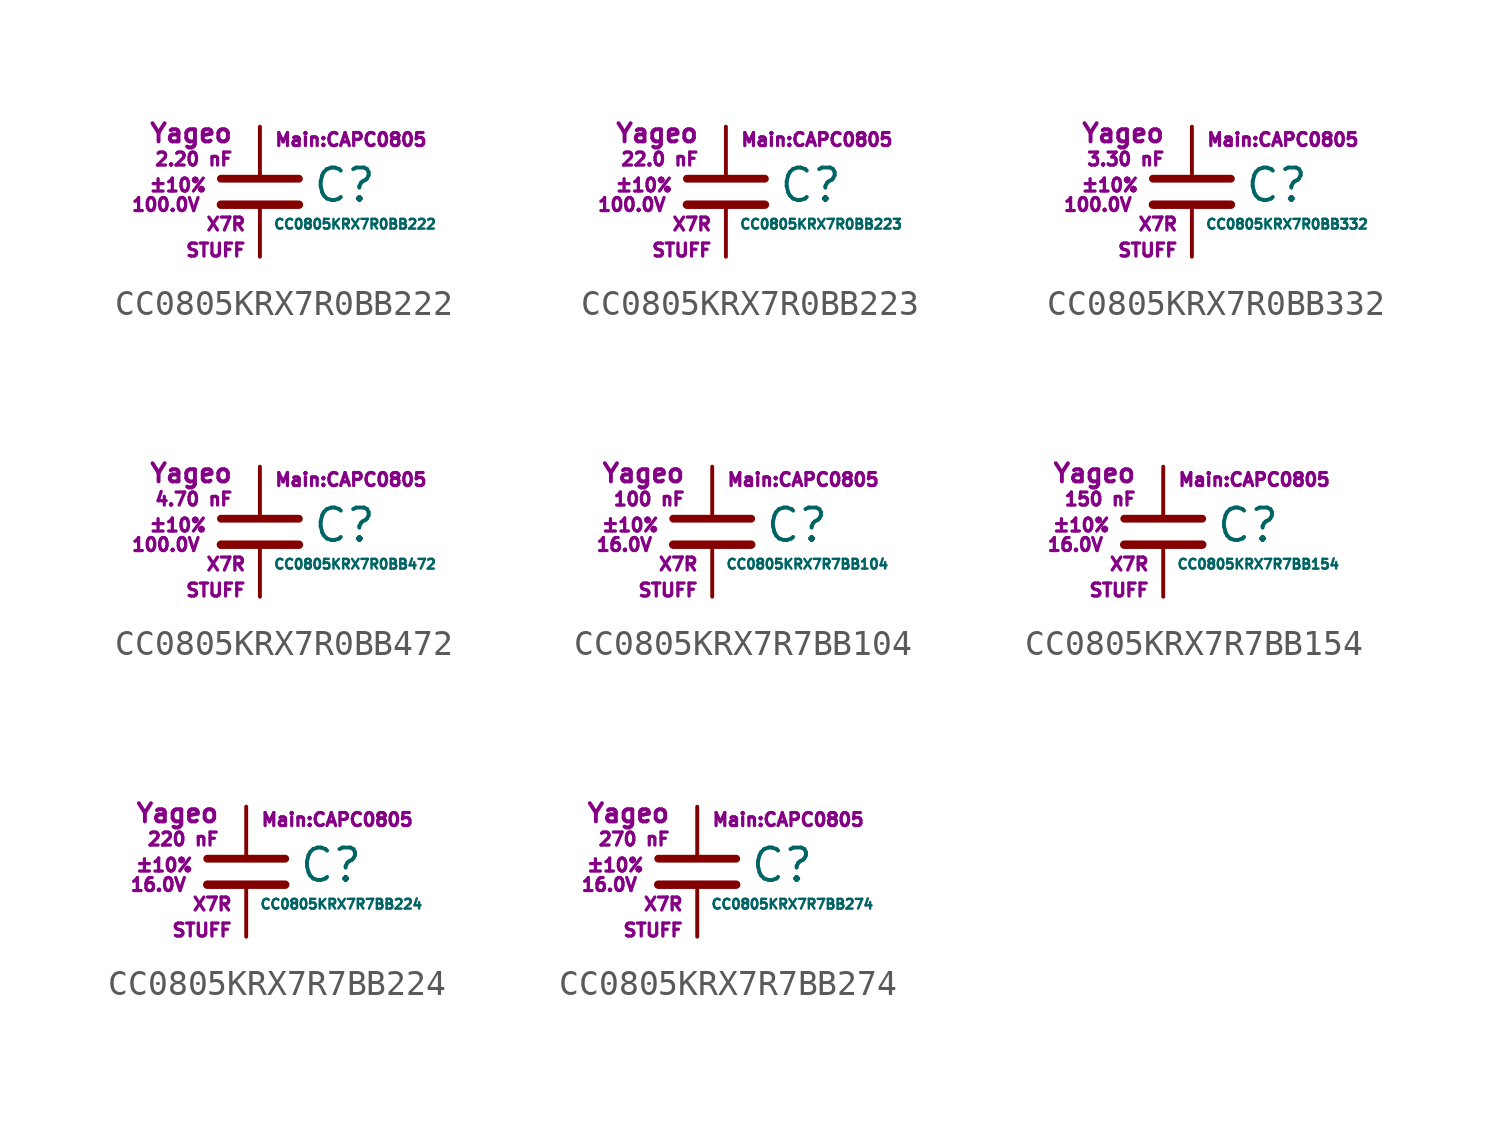
<source format=kicad_sym>
(kicad_symbol_lib
  (version 20211014)
  (generator kicad_symbol_editor)
  (symbol "CC0805KRX7R0BB222"
    (pin_numbers hide)
    (pin_names
      (offset 0.254) hide)
    (property "Reference" "C"
      (at 2.032 0.254 0)
      (effects (font (size 1.27 1.27)) (justify left)))
    (property "Value" "CC0805KRX7R0BB222"
      (at 0.508 -1.27 0)
      (effects (font (size 0.381 0.381)) (justify left)))
    (property "Footprint" "Main:CAPC0805"
      (at 3.556 2.032 0)
      (effects (font (size 0.508 0.508))))
    (property "Datasheet" ""
      (at 0.762 0.508 0)
      (effects (font (size 1.27 1.27))))
    (property "Manufacturer" "Yageo"
      (at -1.016 2.286 0)
      (effects (font (size 0.711 0.711)) (justify right)))
    (property "SKU" "STUFF"
      (at -0.508 -2.286 0)
      (effects (font (size 0.508 0.508)) (justify right)))
    (property "C" "2.20 nF"
      (at -1.016 1.27 0)
      (effects (font (size 0.508 0.508)) (justify right)))
    (property "Tol" "±10%"
      (at -2.032 0.254 0)
      (effects (font (size 0.508 0.508)) (justify right)))
    (property "Vmax" "100.0V"
      (at -2.286 -0.508 0)
      (effects (font (size 0.508 0.508)) (justify right)))
    (property "Type" "X7R"
      (at -0.508 -1.27 0)
      (effects (font (size 0.508 0.508)) (justify right)))
    (symbol "CC0805KRX7R0BB222_0_1"
      (polyline (pts (xy -1.524 -0.508) (xy 1.524 -0.508)) (stroke (width 0.33) (type default) (color 0 0 0 0)) (fill (type none)))
      (polyline (pts (xy -1.524 0.508) (xy 1.524 0.508)) (stroke (width 0.305) (type default) (color 0 0 0 0)) (fill (type none))))
    (symbol "CC0805KRX7R0BB222_1_1"
      (pin passive line (at 0 2.54 270) (length 1.905) (name "~" (effects (font (size 1.016 1.016)))) (number "1" (effects (font (size 1.016 1.016)))))
      (pin passive line (at 0 -2.54 90) (length 2.032) (name "~" (effects (font (size 1.016 1.016)))) (number "2" (effects (font (size 1.016 1.016)))))))
  (symbol "CC0805KRX7R0BB223"
    (pin_numbers hide)
    (pin_names
      (offset 0.254) hide)
    (property "Reference" "C"
      (at 2.032 0.254 0)
      (effects (font (size 1.27 1.27)) (justify left)))
    (property "Value" "CC0805KRX7R0BB223"
      (at 0.508 -1.27 0)
      (effects (font (size 0.381 0.381)) (justify left)))
    (property "Footprint" "Main:CAPC0805"
      (at 3.556 2.032 0)
      (effects (font (size 0.508 0.508))))
    (property "Datasheet" ""
      (at 0.762 0.508 0)
      (effects (font (size 1.27 1.27))))
    (property "Manufacturer" "Yageo"
      (at -1.016 2.286 0)
      (effects (font (size 0.711 0.711)) (justify right)))
    (property "SKU" "STUFF"
      (at -0.508 -2.286 0)
      (effects (font (size 0.508 0.508)) (justify right)))
    (property "C" "22.0 nF"
      (at -1.016 1.27 0)
      (effects (font (size 0.508 0.508)) (justify right)))
    (property "Tol" "±10%"
      (at -2.032 0.254 0)
      (effects (font (size 0.508 0.508)) (justify right)))
    (property "Vmax" "100.0V"
      (at -2.286 -0.508 0)
      (effects (font (size 0.508 0.508)) (justify right)))
    (property "Type" "X7R"
      (at -0.508 -1.27 0)
      (effects (font (size 0.508 0.508)) (justify right)))
    (symbol "CC0805KRX7R0BB223_0_1"
      (polyline (pts (xy -1.524 -0.508) (xy 1.524 -0.508)) (stroke (width 0.33) (type default) (color 0 0 0 0)) (fill (type none)))
      (polyline (pts (xy -1.524 0.508) (xy 1.524 0.508)) (stroke (width 0.305) (type default) (color 0 0 0 0)) (fill (type none))))
    (symbol "CC0805KRX7R0BB223_1_1"
      (pin passive line (at 0 2.54 270) (length 1.905) (name "~" (effects (font (size 1.016 1.016)))) (number "1" (effects (font (size 1.016 1.016)))))
      (pin passive line (at 0 -2.54 90) (length 2.032) (name "~" (effects (font (size 1.016 1.016)))) (number "2" (effects (font (size 1.016 1.016)))))))
  (symbol "CC0805KRX7R0BB332"
    (pin_numbers hide)
    (pin_names
      (offset 0.254) hide)
    (property "Reference" "C"
      (at 2.032 0.254 0)
      (effects (font (size 1.27 1.27)) (justify left)))
    (property "Value" "CC0805KRX7R0BB332"
      (at 0.508 -1.27 0)
      (effects (font (size 0.381 0.381)) (justify left)))
    (property "Footprint" "Main:CAPC0805"
      (at 3.556 2.032 0)
      (effects (font (size 0.508 0.508))))
    (property "Datasheet" ""
      (at 0.762 0.508 0)
      (effects (font (size 1.27 1.27))))
    (property "Manufacturer" "Yageo"
      (at -1.016 2.286 0)
      (effects (font (size 0.711 0.711)) (justify right)))
    (property "SKU" "STUFF"
      (at -0.508 -2.286 0)
      (effects (font (size 0.508 0.508)) (justify right)))
    (property "C" "3.30 nF"
      (at -1.016 1.27 0)
      (effects (font (size 0.508 0.508)) (justify right)))
    (property "Tol" "±10%"
      (at -2.032 0.254 0)
      (effects (font (size 0.508 0.508)) (justify right)))
    (property "Vmax" "100.0V"
      (at -2.286 -0.508 0)
      (effects (font (size 0.508 0.508)) (justify right)))
    (property "Type" "X7R"
      (at -0.508 -1.27 0)
      (effects (font (size 0.508 0.508)) (justify right)))
    (symbol "CC0805KRX7R0BB332_0_1"
      (polyline (pts (xy -1.524 -0.508) (xy 1.524 -0.508)) (stroke (width 0.33) (type default) (color 0 0 0 0)) (fill (type none)))
      (polyline (pts (xy -1.524 0.508) (xy 1.524 0.508)) (stroke (width 0.305) (type default) (color 0 0 0 0)) (fill (type none))))
    (symbol "CC0805KRX7R0BB332_1_1"
      (pin passive line (at 0 2.54 270) (length 1.905) (name "~" (effects (font (size 1.016 1.016)))) (number "1" (effects (font (size 1.016 1.016)))))
      (pin passive line (at 0 -2.54 90) (length 2.032) (name "~" (effects (font (size 1.016 1.016)))) (number "2" (effects (font (size 1.016 1.016)))))))
  (symbol "CC0805KRX7R0BB472"
    (pin_numbers hide)
    (pin_names
      (offset 0.254) hide)
    (property "Reference" "C"
      (at 2.032 0.254 0)
      (effects (font (size 1.27 1.27)) (justify left)))
    (property "Value" "CC0805KRX7R0BB472"
      (at 0.508 -1.27 0)
      (effects (font (size 0.381 0.381)) (justify left)))
    (property "Footprint" "Main:CAPC0805"
      (at 3.556 2.032 0)
      (effects (font (size 0.508 0.508))))
    (property "Datasheet" ""
      (at 0.762 0.508 0)
      (effects (font (size 1.27 1.27))))
    (property "Manufacturer" "Yageo"
      (at -1.016 2.286 0)
      (effects (font (size 0.711 0.711)) (justify right)))
    (property "SKU" "STUFF"
      (at -0.508 -2.286 0)
      (effects (font (size 0.508 0.508)) (justify right)))
    (property "C" "4.70 nF"
      (at -1.016 1.27 0)
      (effects (font (size 0.508 0.508)) (justify right)))
    (property "Tol" "±10%"
      (at -2.032 0.254 0)
      (effects (font (size 0.508 0.508)) (justify right)))
    (property "Vmax" "100.0V"
      (at -2.286 -0.508 0)
      (effects (font (size 0.508 0.508)) (justify right)))
    (property "Type" "X7R"
      (at -0.508 -1.27 0)
      (effects (font (size 0.508 0.508)) (justify right)))
    (symbol "CC0805KRX7R0BB472_0_1"
      (polyline (pts (xy -1.524 -0.508) (xy 1.524 -0.508)) (stroke (width 0.33) (type default) (color 0 0 0 0)) (fill (type none)))
      (polyline (pts (xy -1.524 0.508) (xy 1.524 0.508)) (stroke (width 0.305) (type default) (color 0 0 0 0)) (fill (type none))))
    (symbol "CC0805KRX7R0BB472_1_1"
      (pin passive line (at 0 2.54 270) (length 1.905) (name "~" (effects (font (size 1.016 1.016)))) (number "1" (effects (font (size 1.016 1.016)))))
      (pin passive line (at 0 -2.54 90) (length 2.032) (name "~" (effects (font (size 1.016 1.016)))) (number "2" (effects (font (size 1.016 1.016)))))))
  (symbol "CC0805KRX7R7BB104"
    (pin_numbers hide)
    (pin_names
      (offset 0.254) hide)
    (property "Reference" "C"
      (at 2.032 0.254 0)
      (effects (font (size 1.27 1.27)) (justify left)))
    (property "Value" "CC0805KRX7R7BB104"
      (at 0.508 -1.27 0)
      (effects (font (size 0.381 0.381)) (justify left)))
    (property "Footprint" "Main:CAPC0805"
      (at 3.556 2.032 0)
      (effects (font (size 0.508 0.508))))
    (property "Datasheet" ""
      (at 0.762 0.508 0)
      (effects (font (size 1.27 1.27))))
    (property "Manufacturer" "Yageo"
      (at -1.016 2.286 0)
      (effects (font (size 0.711 0.711)) (justify right)))
    (property "SKU" "STUFF"
      (at -0.508 -2.286 0)
      (effects (font (size 0.508 0.508)) (justify right)))
    (property "C" "100 nF"
      (at -1.016 1.27 0)
      (effects (font (size 0.508 0.508)) (justify right)))
    (property "Tol" "±10%"
      (at -2.032 0.254 0)
      (effects (font (size 0.508 0.508)) (justify right)))
    (property "Vmax" "16.0V"
      (at -2.286 -0.508 0)
      (effects (font (size 0.508 0.508)) (justify right)))
    (property "Type" "X7R"
      (at -0.508 -1.27 0)
      (effects (font (size 0.508 0.508)) (justify right)))
    (symbol "CC0805KRX7R7BB104_0_1"
      (polyline (pts (xy -1.524 -0.508) (xy 1.524 -0.508)) (stroke (width 0.33) (type default) (color 0 0 0 0)) (fill (type none)))
      (polyline (pts (xy -1.524 0.508) (xy 1.524 0.508)) (stroke (width 0.305) (type default) (color 0 0 0 0)) (fill (type none))))
    (symbol "CC0805KRX7R7BB104_1_1"
      (pin passive line (at 0 2.54 270) (length 1.905) (name "~" (effects (font (size 1.016 1.016)))) (number "1" (effects (font (size 1.016 1.016)))))
      (pin passive line (at 0 -2.54 90) (length 2.032) (name "~" (effects (font (size 1.016 1.016)))) (number "2" (effects (font (size 1.016 1.016)))))))
  (symbol "CC0805KRX7R7BB154"
    (pin_numbers hide)
    (pin_names
      (offset 0.254) hide)
    (property "Reference" "C"
      (at 2.032 0.254 0)
      (effects (font (size 1.27 1.27)) (justify left)))
    (property "Value" "CC0805KRX7R7BB154"
      (at 0.508 -1.27 0)
      (effects (font (size 0.381 0.381)) (justify left)))
    (property "Footprint" "Main:CAPC0805"
      (at 3.556 2.032 0)
      (effects (font (size 0.508 0.508))))
    (property "Datasheet" ""
      (at 0.762 0.508 0)
      (effects (font (size 1.27 1.27))))
    (property "Manufacturer" "Yageo"
      (at -1.016 2.286 0)
      (effects (font (size 0.711 0.711)) (justify right)))
    (property "SKU" "STUFF"
      (at -0.508 -2.286 0)
      (effects (font (size 0.508 0.508)) (justify right)))
    (property "C" "150 nF"
      (at -1.016 1.27 0)
      (effects (font (size 0.508 0.508)) (justify right)))
    (property "Tol" "±10%"
      (at -2.032 0.254 0)
      (effects (font (size 0.508 0.508)) (justify right)))
    (property "Vmax" "16.0V"
      (at -2.286 -0.508 0)
      (effects (font (size 0.508 0.508)) (justify right)))
    (property "Type" "X7R"
      (at -0.508 -1.27 0)
      (effects (font (size 0.508 0.508)) (justify right)))
    (symbol "CC0805KRX7R7BB154_0_1"
      (polyline (pts (xy -1.524 -0.508) (xy 1.524 -0.508)) (stroke (width 0.33) (type default) (color 0 0 0 0)) (fill (type none)))
      (polyline (pts (xy -1.524 0.508) (xy 1.524 0.508)) (stroke (width 0.305) (type default) (color 0 0 0 0)) (fill (type none))))
    (symbol "CC0805KRX7R7BB154_1_1"
      (pin passive line (at 0 2.54 270) (length 1.905) (name "~" (effects (font (size 1.016 1.016)))) (number "1" (effects (font (size 1.016 1.016)))))
      (pin passive line (at 0 -2.54 90) (length 2.032) (name "~" (effects (font (size 1.016 1.016)))) (number "2" (effects (font (size 1.016 1.016)))))))
  (symbol "CC0805KRX7R7BB224"
    (pin_numbers hide)
    (pin_names
      (offset 0.254) hide)
    (property "Reference" "C"
      (at 2.032 0.254 0)
      (effects (font (size 1.27 1.27)) (justify left)))
    (property "Value" "CC0805KRX7R7BB224"
      (at 0.508 -1.27 0)
      (effects (font (size 0.381 0.381)) (justify left)))
    (property "Footprint" "Main:CAPC0805"
      (at 3.556 2.032 0)
      (effects (font (size 0.508 0.508))))
    (property "Datasheet" ""
      (at 0.762 0.508 0)
      (effects (font (size 1.27 1.27))))
    (property "Manufacturer" "Yageo"
      (at -1.016 2.286 0)
      (effects (font (size 0.711 0.711)) (justify right)))
    (property "SKU" "STUFF"
      (at -0.508 -2.286 0)
      (effects (font (size 0.508 0.508)) (justify right)))
    (property "C" "220 nF"
      (at -1.016 1.27 0)
      (effects (font (size 0.508 0.508)) (justify right)))
    (property "Tol" "±10%"
      (at -2.032 0.254 0)
      (effects (font (size 0.508 0.508)) (justify right)))
    (property "Vmax" "16.0V"
      (at -2.286 -0.508 0)
      (effects (font (size 0.508 0.508)) (justify right)))
    (property "Type" "X7R"
      (at -0.508 -1.27 0)
      (effects (font (size 0.508 0.508)) (justify right)))
    (symbol "CC0805KRX7R7BB224_0_1"
      (polyline (pts (xy -1.524 -0.508) (xy 1.524 -0.508)) (stroke (width 0.33) (type default) (color 0 0 0 0)) (fill (type none)))
      (polyline (pts (xy -1.524 0.508) (xy 1.524 0.508)) (stroke (width 0.305) (type default) (color 0 0 0 0)) (fill (type none))))
    (symbol "CC0805KRX7R7BB224_1_1"
      (pin passive line (at 0 2.54 270) (length 1.905) (name "~" (effects (font (size 1.016 1.016)))) (number "1" (effects (font (size 1.016 1.016)))))
      (pin passive line (at 0 -2.54 90) (length 2.032) (name "~" (effects (font (size 1.016 1.016)))) (number "2" (effects (font (size 1.016 1.016)))))))
  (symbol "CC0805KRX7R7BB274"
    (pin_numbers hide)
    (pin_names
      (offset 0.254) hide)
    (property "Reference" "C"
      (at 2.032 0.254 0)
      (effects (font (size 1.27 1.27)) (justify left)))
    (property "Value" "CC0805KRX7R7BB274"
      (at 0.508 -1.27 0)
      (effects (font (size 0.381 0.381)) (justify left)))
    (property "Footprint" "Main:CAPC0805"
      (at 3.556 2.032 0)
      (effects (font (size 0.508 0.508))))
    (property "Datasheet" ""
      (at 0.762 0.508 0)
      (effects (font (size 1.27 1.27))))
    (property "Manufacturer" "Yageo"
      (at -1.016 2.286 0)
      (effects (font (size 0.711 0.711)) (justify right)))
    (property "SKU" "STUFF"
      (at -0.508 -2.286 0)
      (effects (font (size 0.508 0.508)) (justify right)))
    (property "C" "270 nF"
      (at -1.016 1.27 0)
      (effects (font (size 0.508 0.508)) (justify right)))
    (property "Tol" "±10%"
      (at -2.032 0.254 0)
      (effects (font (size 0.508 0.508)) (justify right)))
    (property "Vmax" "16.0V"
      (at -2.286 -0.508 0)
      (effects (font (size 0.508 0.508)) (justify right)))
    (property "Type" "X7R"
      (at -0.508 -1.27 0)
      (effects (font (size 0.508 0.508)) (justify right)))
    (symbol "CC0805KRX7R7BB274_0_1"
      (polyline (pts (xy -1.524 -0.508) (xy 1.524 -0.508)) (stroke (width 0.33) (type default) (color 0 0 0 0)) (fill (type none)))
      (polyline (pts (xy -1.524 0.508) (xy 1.524 0.508)) (stroke (width 0.305) (type default) (color 0 0 0 0)) (fill (type none))))
    (symbol "CC0805KRX7R7BB274_1_1"
      (pin passive line (at 0 2.54 270) (length 1.905) (name "~" (effects (font (size 1.016 1.016)))) (number "1" (effects (font (size 1.016 1.016)))))
      (pin passive line (at 0 -2.54 90) (length 2.032) (name "~" (effects (font (size 1.016 1.016)))) (number "2" (effects (font (size 1.016 1.016))))))))
</source>
